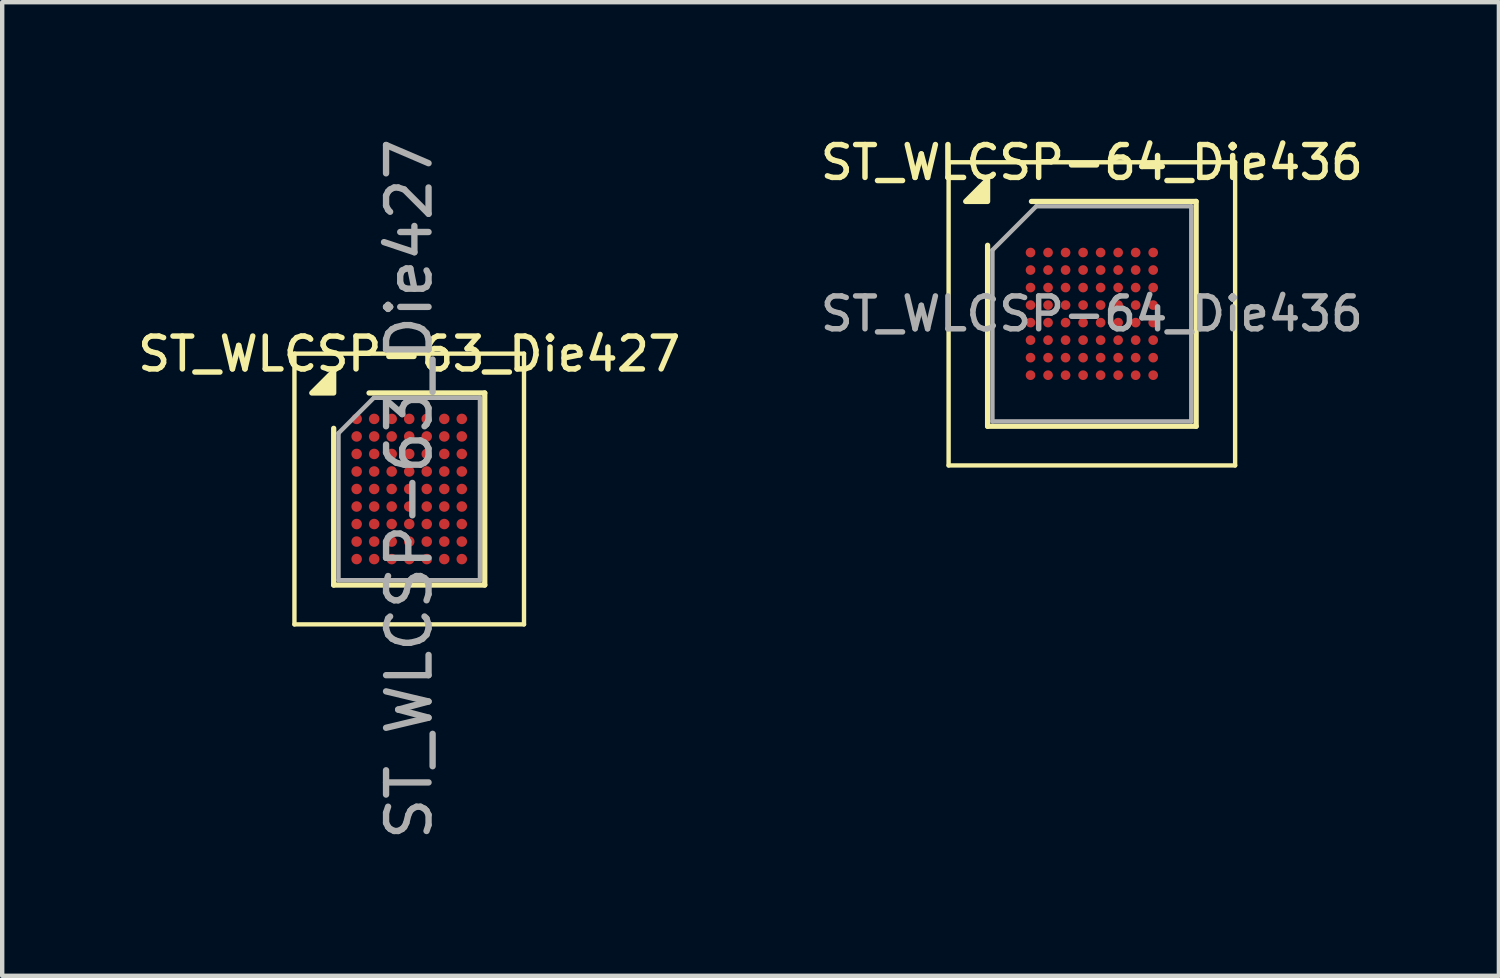
<source format=kicad_pcb>
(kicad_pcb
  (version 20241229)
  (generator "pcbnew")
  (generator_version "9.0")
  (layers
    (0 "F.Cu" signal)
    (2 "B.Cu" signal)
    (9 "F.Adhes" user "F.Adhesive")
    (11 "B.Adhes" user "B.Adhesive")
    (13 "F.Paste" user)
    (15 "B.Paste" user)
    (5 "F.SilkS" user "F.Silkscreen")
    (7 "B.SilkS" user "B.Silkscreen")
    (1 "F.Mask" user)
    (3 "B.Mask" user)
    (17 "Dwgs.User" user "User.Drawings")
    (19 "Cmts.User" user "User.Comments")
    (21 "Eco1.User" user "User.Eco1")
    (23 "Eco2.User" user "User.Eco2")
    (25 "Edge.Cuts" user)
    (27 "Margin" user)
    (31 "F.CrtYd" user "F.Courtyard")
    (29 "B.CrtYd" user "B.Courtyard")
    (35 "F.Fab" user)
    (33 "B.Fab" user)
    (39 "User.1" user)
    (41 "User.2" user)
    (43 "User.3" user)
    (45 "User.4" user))
  (footprint "ST_WLCSP-63_Die427"
    (layer "F.Cu")
    (at 6.291 8.112)
    (property "Reference" "ST_WLCSP-63_Die427" (at 0 -3.082 0) (layer "F.SilkS") (effects (font (size 0.75 0.75) (thickness 0.125))))
    (attr smd)
    (fp_line (start -2.62 -3.09) (end -2.62 3.09) (stroke (width 0.1) (type solid)) (layer "F.SilkS"))
    (fp_line (start -2.62 3.09) (end 2.62 3.09) (stroke (width 0.1) (type solid)) (layer "F.SilkS"))
    (fp_line (start -1.724 2.192) (end -1.724 -1.385) (stroke (width 0.12) (type solid)) (layer "F.SilkS"))
    (fp_line (start -0.917 -2.192) (end 1.724 -2.192) (stroke (width 0.12) (type solid)) (layer "F.SilkS"))
    (fp_line (start 1.724 -2.192) (end 1.724 2.192) (stroke (width 0.12) (type solid)) (layer "F.SilkS"))
    (fp_line (start 1.724 2.192) (end -1.724 2.192) (stroke (width 0.12) (type solid)) (layer "F.SilkS"))
    (fp_line (start 2.62 -3.09) (end -2.62 -3.09) (stroke (width 0.1) (type solid)) (layer "F.SilkS"))
    (fp_line (start 2.62 3.09) (end 2.62 -3.09) (stroke (width 0.1) (type solid)) (layer "F.SilkS"))
    (fp_poly (pts (xy -1.724 -2.192) (xy -2.224 -2.192) (xy -1.724 -2.692) (xy -1.724 -2.192)) (stroke (width 0.12) (type solid)) (fill yes) (layer "F.SilkS"))
    (fp_line (start -1.614 -1.275) (end -0.807 -2.082) (stroke (width 0.1) (type solid)) (layer "F.Fab"))
    (fp_line (start -1.614 2.082) (end -1.614 -1.275) (stroke (width 0.1) (type solid)) (layer "F.Fab"))
    (fp_line (start -0.807 -2.082) (end 1.614 -2.082) (stroke (width 0.1) (type solid)) (layer "F.Fab"))
    (fp_line (start 1.614 -2.082) (end 1.614 2.082) (stroke (width 0.1) (type solid)) (layer "F.Fab"))
    (fp_line (start 1.614 2.082) (end -1.614 2.082) (stroke (width 0.1) (type solid)) (layer "F.Fab"))
    (fp_text user "${REFERENCE}" (at 0 0 270) (layer "F.Fab") (effects (font (size 0.97 0.97) (thickness 0.145))))
    (pad "A1" smd circle (at -1.2 -1.6) (size 0.24 0.24) (property pad_prop_bga) (layers "F.Cu" "F.Mask" "F.Paste"))
    (pad "A2" smd circle (at -0.8 -1.6) (size 0.24 0.24) (property pad_prop_bga) (layers "F.Cu" "F.Mask" "F.Paste"))
    (pad "A3" smd circle (at -0.4 -1.6) (size 0.24 0.24) (property pad_prop_bga) (layers "F.Cu" "F.Mask" "F.Paste"))
    (pad "A4" smd circle (at 0 -1.6) (size 0.24 0.24) (property pad_prop_bga) (layers "F.Cu" "F.Mask" "F.Paste"))
    (pad "A5" smd circle (at 0.4 -1.6) (size 0.24 0.24) (property pad_prop_bga) (layers "F.Cu" "F.Mask" "F.Paste"))
    (pad "A6" smd circle (at 0.8 -1.6) (size 0.24 0.24) (property pad_prop_bga) (layers "F.Cu" "F.Mask" "F.Paste"))
    (pad "A7" smd circle (at 1.2 -1.6) (size 0.24 0.24) (property pad_prop_bga) (layers "F.Cu" "F.Mask" "F.Paste"))
    (pad "B1" smd circle (at -1.2 -1.2) (size 0.24 0.24) (property pad_prop_bga) (layers "F.Cu" "F.Mask" "F.Paste"))
    (pad "B2" smd circle (at -0.8 -1.2) (size 0.24 0.24) (property pad_prop_bga) (layers "F.Cu" "F.Mask" "F.Paste"))
    (pad "B3" smd circle (at -0.4 -1.2) (size 0.24 0.24) (property pad_prop_bga) (layers "F.Cu" "F.Mask" "F.Paste"))
    (pad "B4" smd circle (at 0 -1.2) (size 0.24 0.24) (property pad_prop_bga) (layers "F.Cu" "F.Mask" "F.Paste"))
    (pad "B5" smd circle (at 0.4 -1.2) (size 0.24 0.24) (property pad_prop_bga) (layers "F.Cu" "F.Mask" "F.Paste"))
    (pad "B6" smd circle (at 0.8 -1.2) (size 0.24 0.24) (property pad_prop_bga) (layers "F.Cu" "F.Mask" "F.Paste"))
    (pad "B7" smd circle (at 1.2 -1.2) (size 0.24 0.24) (property pad_prop_bga) (layers "F.Cu" "F.Mask" "F.Paste"))
    (pad "C1" smd circle (at -1.2 -0.8) (size 0.24 0.24) (property pad_prop_bga) (layers "F.Cu" "F.Mask" "F.Paste"))
    (pad "C2" smd circle (at -0.8 -0.8) (size 0.24 0.24) (property pad_prop_bga) (layers "F.Cu" "F.Mask" "F.Paste"))
    (pad "C3" smd circle (at -0.4 -0.8) (size 0.24 0.24) (property pad_prop_bga) (layers "F.Cu" "F.Mask" "F.Paste"))
    (pad "C4" smd circle (at 0 -0.8) (size 0.24 0.24) (property pad_prop_bga) (layers "F.Cu" "F.Mask" "F.Paste"))
    (pad "C5" smd circle (at 0.4 -0.8) (size 0.24 0.24) (property pad_prop_bga) (layers "F.Cu" "F.Mask" "F.Paste"))
    (pad "C6" smd circle (at 0.8 -0.8) (size 0.24 0.24) (property pad_prop_bga) (layers "F.Cu" "F.Mask" "F.Paste"))
    (pad "C7" smd circle (at 1.2 -0.8) (size 0.24 0.24) (property pad_prop_bga) (layers "F.Cu" "F.Mask" "F.Paste"))
    (pad "D1" smd circle (at -1.2 -0.4) (size 0.24 0.24) (property pad_prop_bga) (layers "F.Cu" "F.Mask" "F.Paste"))
    (pad "D2" smd circle (at -0.8 -0.4) (size 0.24 0.24) (property pad_prop_bga) (layers "F.Cu" "F.Mask" "F.Paste"))
    (pad "D3" smd circle (at -0.4 -0.4) (size 0.24 0.24) (property pad_prop_bga) (layers "F.Cu" "F.Mask" "F.Paste"))
    (pad "D4" smd circle (at 0 -0.4) (size 0.24 0.24) (property pad_prop_bga) (layers "F.Cu" "F.Mask" "F.Paste"))
    (pad "D5" smd circle (at 0.4 -0.4) (size 0.24 0.24) (property pad_prop_bga) (layers "F.Cu" "F.Mask" "F.Paste"))
    (pad "D6" smd circle (at 0.8 -0.4) (size 0.24 0.24) (property pad_prop_bga) (layers "F.Cu" "F.Mask" "F.Paste"))
    (pad "D7" smd circle (at 1.2 -0.4) (size 0.24 0.24) (property pad_prop_bga) (layers "F.Cu" "F.Mask" "F.Paste"))
    (pad "E1" smd circle (at -1.2 0) (size 0.24 0.24) (property pad_prop_bga) (layers "F.Cu" "F.Mask" "F.Paste"))
    (pad "E2" smd circle (at -0.8 0) (size 0.24 0.24) (property pad_prop_bga) (layers "F.Cu" "F.Mask" "F.Paste"))
    (pad "E3" smd circle (at -0.4 0) (size 0.24 0.24) (property pad_prop_bga) (layers "F.Cu" "F.Mask" "F.Paste"))
    (pad "E4" smd circle (at 0 0) (size 0.24 0.24) (property pad_prop_bga) (layers "F.Cu" "F.Mask" "F.Paste"))
    (pad "E5" smd circle (at 0.4 0) (size 0.24 0.24) (property pad_prop_bga) (layers "F.Cu" "F.Mask" "F.Paste"))
    (pad "E6" smd circle (at 0.8 0) (size 0.24 0.24) (property pad_prop_bga) (layers "F.Cu" "F.Mask" "F.Paste"))
    (pad "E7" smd circle (at 1.2 0) (size 0.24 0.24) (property pad_prop_bga) (layers "F.Cu" "F.Mask" "F.Paste"))
    (pad "F1" smd circle (at -1.2 0.4) (size 0.24 0.24) (property pad_prop_bga) (layers "F.Cu" "F.Mask" "F.Paste"))
    (pad "F2" smd circle (at -0.8 0.4) (size 0.24 0.24) (property pad_prop_bga) (layers "F.Cu" "F.Mask" "F.Paste"))
    (pad "F3" smd circle (at -0.4 0.4) (size 0.24 0.24) (property pad_prop_bga) (layers "F.Cu" "F.Mask" "F.Paste"))
    (pad "F4" smd circle (at 0 0.4) (size 0.24 0.24) (property pad_prop_bga) (layers "F.Cu" "F.Mask" "F.Paste"))
    (pad "F5" smd circle (at 0.4 0.4) (size 0.24 0.24) (property pad_prop_bga) (layers "F.Cu" "F.Mask" "F.Paste"))
    (pad "F6" smd circle (at 0.8 0.4) (size 0.24 0.24) (property pad_prop_bga) (layers "F.Cu" "F.Mask" "F.Paste"))
    (pad "F7" smd circle (at 1.2 0.4) (size 0.24 0.24) (property pad_prop_bga) (layers "F.Cu" "F.Mask" "F.Paste"))
    (pad "G1" smd circle (at -1.2 0.8) (size 0.24 0.24) (property pad_prop_bga) (layers "F.Cu" "F.Mask" "F.Paste"))
    (pad "G2" smd circle (at -0.8 0.8) (size 0.24 0.24) (property pad_prop_bga) (layers "F.Cu" "F.Mask" "F.Paste"))
    (pad "G3" smd circle (at -0.4 0.8) (size 0.24 0.24) (property pad_prop_bga) (layers "F.Cu" "F.Mask" "F.Paste"))
    (pad "G4" smd circle (at 0 0.8) (size 0.24 0.24) (property pad_prop_bga) (layers "F.Cu" "F.Mask" "F.Paste"))
    (pad "G5" smd circle (at 0.4 0.8) (size 0.24 0.24) (property pad_prop_bga) (layers "F.Cu" "F.Mask" "F.Paste"))
    (pad "G6" smd circle (at 0.8 0.8) (size 0.24 0.24) (property pad_prop_bga) (layers "F.Cu" "F.Mask" "F.Paste"))
    (pad "G7" smd circle (at 1.2 0.8) (size 0.24 0.24) (property pad_prop_bga) (layers "F.Cu" "F.Mask" "F.Paste"))
    (pad "H1" smd circle (at -1.2 1.2) (size 0.24 0.24) (property pad_prop_bga) (layers "F.Cu" "F.Mask" "F.Paste"))
    (pad "H2" smd circle (at -0.8 1.2) (size 0.24 0.24) (property pad_prop_bga) (layers "F.Cu" "F.Mask" "F.Paste"))
    (pad "H3" smd circle (at -0.4 1.2) (size 0.24 0.24) (property pad_prop_bga) (layers "F.Cu" "F.Mask" "F.Paste"))
    (pad "H4" smd circle (at 0 1.2) (size 0.24 0.24) (property pad_prop_bga) (layers "F.Cu" "F.Mask" "F.Paste"))
    (pad "H5" smd circle (at 0.4 1.2) (size 0.24 0.24) (property pad_prop_bga) (layers "F.Cu" "F.Mask" "F.Paste"))
    (pad "H6" smd circle (at 0.8 1.2) (size 0.24 0.24) (property pad_prop_bga) (layers "F.Cu" "F.Mask" "F.Paste"))
    (pad "H7" smd circle (at 1.2 1.2) (size 0.24 0.24) (property pad_prop_bga) (layers "F.Cu" "F.Mask" "F.Paste"))
    (pad "J1" smd circle (at -1.2 1.6) (size 0.24 0.24) (property pad_prop_bga) (layers "F.Cu" "F.Mask" "F.Paste"))
    (pad "J2" smd circle (at -0.8 1.6) (size 0.24 0.24) (property pad_prop_bga) (layers "F.Cu" "F.Mask" "F.Paste"))
    (pad "J3" smd circle (at -0.4 1.6) (size 0.24 0.24) (property pad_prop_bga) (layers "F.Cu" "F.Mask" "F.Paste"))
    (pad "J4" smd circle (at 0 1.6) (size 0.24 0.24) (property pad_prop_bga) (layers "F.Cu" "F.Mask" "F.Paste"))
    (pad "J5" smd circle (at 0.4 1.6) (size 0.24 0.24) (property pad_prop_bga) (layers "F.Cu" "F.Mask" "F.Paste"))
    (pad "J6" smd circle (at 0.8 1.6) (size 0.24 0.24) (property pad_prop_bga) (layers "F.Cu" "F.Mask" "F.Paste"))
    (pad "J7" smd circle (at 1.2 1.6) (size 0.24 0.24) (property pad_prop_bga) (layers "F.Cu" "F.Mask" "F.Paste")))
  (footprint "ST_WLCSP-64_Die436"
    (layer "F.Cu")
    (at 21.873 4.114)
    (property "Reference" "ST_WLCSP-64_Die436" (at 0 -3.455 0) (layer "F.SilkS") (effects (font (size 0.75 0.75) (thickness 0.125))))
    (attr smd)
    (fp_line (start -3.27 -3.46) (end -3.27 3.46) (stroke (width 0.1) (type solid)) (layer "F.SilkS"))
    (fp_line (start -3.27 3.46) (end 3.27 3.46) (stroke (width 0.1) (type solid)) (layer "F.SilkS"))
    (fp_line (start -2.38 2.566) (end -2.38 -1.565) (stroke (width 0.12) (type solid)) (layer "F.SilkS"))
    (fp_line (start -1.379 -2.566) (end 2.38 -2.566) (stroke (width 0.12) (type solid)) (layer "F.SilkS"))
    (fp_line (start 2.38 -2.566) (end 2.38 2.566) (stroke (width 0.12) (type solid)) (layer "F.SilkS"))
    (fp_line (start 2.38 2.566) (end -2.38 2.566) (stroke (width 0.12) (type solid)) (layer "F.SilkS"))
    (fp_line (start 3.27 -3.46) (end -3.27 -3.46) (stroke (width 0.1) (type solid)) (layer "F.SilkS"))
    (fp_line (start 3.27 3.46) (end 3.27 -3.46) (stroke (width 0.1) (type solid)) (layer "F.SilkS"))
    (fp_poly (pts (xy -2.38 -2.566) (xy -2.88 -2.566) (xy -2.38 -3.066) (xy -2.38 -2.566)) (stroke (width 0.12) (type solid)) (fill yes) (layer "F.SilkS"))
    (fp_line (start -2.269 -1.456) (end -1.27 -2.455) (stroke (width 0.1) (type solid)) (layer "F.Fab"))
    (fp_line (start -2.269 2.455) (end -2.269 -1.456) (stroke (width 0.1) (type solid)) (layer "F.Fab"))
    (fp_line (start -1.27 -2.455) (end 2.269 -2.455) (stroke (width 0.1) (type solid)) (layer "F.Fab"))
    (fp_line (start 2.269 -2.455) (end 2.269 2.455) (stroke (width 0.1) (type solid)) (layer "F.Fab"))
    (fp_line (start 2.269 2.455) (end -2.269 2.455) (stroke (width 0.1) (type solid)) (layer "F.Fab"))
    (fp_text user "${REFERENCE}" (at 0 0 0) (layer "F.Fab") (effects (font (size 0.75 0.75) (thickness 0.125))))
    (pad "A1" smd circle (at -1.4 -1.4) (size 0.22 0.22) (property pad_prop_bga) (layers "F.Cu" "F.Mask" "F.Paste"))
    (pad "A2" smd circle (at -1 -1.4) (size 0.22 0.22) (property pad_prop_bga) (layers "F.Cu" "F.Mask" "F.Paste"))
    (pad "A3" smd circle (at -0.6 -1.4) (size 0.22 0.22) (property pad_prop_bga) (layers "F.Cu" "F.Mask" "F.Paste"))
    (pad "A4" smd circle (at -0.2 -1.4) (size 0.22 0.22) (property pad_prop_bga) (layers "F.Cu" "F.Mask" "F.Paste"))
    (pad "A5" smd circle (at 0.2 -1.4) (size 0.22 0.22) (property pad_prop_bga) (layers "F.Cu" "F.Mask" "F.Paste"))
    (pad "A6" smd circle (at 0.6 -1.4) (size 0.22 0.22) (property pad_prop_bga) (layers "F.Cu" "F.Mask" "F.Paste"))
    (pad "A7" smd circle (at 1 -1.4) (size 0.22 0.22) (property pad_prop_bga) (layers "F.Cu" "F.Mask" "F.Paste"))
    (pad "A8" smd circle (at 1.4 -1.4) (size 0.22 0.22) (property pad_prop_bga) (layers "F.Cu" "F.Mask" "F.Paste"))
    (pad "B1" smd circle (at -1.4 -1) (size 0.22 0.22) (property pad_prop_bga) (layers "F.Cu" "F.Mask" "F.Paste"))
    (pad "B2" smd circle (at -1 -1) (size 0.22 0.22) (property pad_prop_bga) (layers "F.Cu" "F.Mask" "F.Paste"))
    (pad "B3" smd circle (at -0.6 -1) (size 0.22 0.22) (property pad_prop_bga) (layers "F.Cu" "F.Mask" "F.Paste"))
    (pad "B4" smd circle (at -0.2 -1) (size 0.22 0.22) (property pad_prop_bga) (layers "F.Cu" "F.Mask" "F.Paste"))
    (pad "B5" smd circle (at 0.2 -1) (size 0.22 0.22) (property pad_prop_bga) (layers "F.Cu" "F.Mask" "F.Paste"))
    (pad "B6" smd circle (at 0.6 -1) (size 0.22 0.22) (property pad_prop_bga) (layers "F.Cu" "F.Mask" "F.Paste"))
    (pad "B7" smd circle (at 1 -1) (size 0.22 0.22) (property pad_prop_bga) (layers "F.Cu" "F.Mask" "F.Paste"))
    (pad "B8" smd circle (at 1.4 -1) (size 0.22 0.22) (property pad_prop_bga) (layers "F.Cu" "F.Mask" "F.Paste"))
    (pad "C1" smd circle (at -1.4 -0.6) (size 0.22 0.22) (property pad_prop_bga) (layers "F.Cu" "F.Mask" "F.Paste"))
    (pad "C2" smd circle (at -1 -0.6) (size 0.22 0.22) (property pad_prop_bga) (layers "F.Cu" "F.Mask" "F.Paste"))
    (pad "C3" smd circle (at -0.6 -0.6) (size 0.22 0.22) (property pad_prop_bga) (layers "F.Cu" "F.Mask" "F.Paste"))
    (pad "C4" smd circle (at -0.2 -0.6) (size 0.22 0.22) (property pad_prop_bga) (layers "F.Cu" "F.Mask" "F.Paste"))
    (pad "C5" smd circle (at 0.2 -0.6) (size 0.22 0.22) (property pad_prop_bga) (layers "F.Cu" "F.Mask" "F.Paste"))
    (pad "C6" smd circle (at 0.6 -0.6) (size 0.22 0.22) (property pad_prop_bga) (layers "F.Cu" "F.Mask" "F.Paste"))
    (pad "C7" smd circle (at 1 -0.6) (size 0.22 0.22) (property pad_prop_bga) (layers "F.Cu" "F.Mask" "F.Paste"))
    (pad "C8" smd circle (at 1.4 -0.6) (size 0.22 0.22) (property pad_prop_bga) (layers "F.Cu" "F.Mask" "F.Paste"))
    (pad "D1" smd circle (at -1.4 -0.2) (size 0.22 0.22) (property pad_prop_bga) (layers "F.Cu" "F.Mask" "F.Paste"))
    (pad "D2" smd circle (at -1 -0.2) (size 0.22 0.22) (property pad_prop_bga) (layers "F.Cu" "F.Mask" "F.Paste"))
    (pad "D3" smd circle (at -0.6 -0.2) (size 0.22 0.22) (property pad_prop_bga) (layers "F.Cu" "F.Mask" "F.Paste"))
    (pad "D4" smd circle (at -0.2 -0.2) (size 0.22 0.22) (property pad_prop_bga) (layers "F.Cu" "F.Mask" "F.Paste"))
    (pad "D5" smd circle (at 0.2 -0.2) (size 0.22 0.22) (property pad_prop_bga) (layers "F.Cu" "F.Mask" "F.Paste"))
    (pad "D6" smd circle (at 0.6 -0.2) (size 0.22 0.22) (property pad_prop_bga) (layers "F.Cu" "F.Mask" "F.Paste"))
    (pad "D7" smd circle (at 1 -0.2) (size 0.22 0.22) (property pad_prop_bga) (layers "F.Cu" "F.Mask" "F.Paste"))
    (pad "D8" smd circle (at 1.4 -0.2) (size 0.22 0.22) (property pad_prop_bga) (layers "F.Cu" "F.Mask" "F.Paste"))
    (pad "E1" smd circle (at -1.4 0.2) (size 0.22 0.22) (property pad_prop_bga) (layers "F.Cu" "F.Mask" "F.Paste"))
    (pad "E2" smd circle (at -1 0.2) (size 0.22 0.22) (property pad_prop_bga) (layers "F.Cu" "F.Mask" "F.Paste"))
    (pad "E3" smd circle (at -0.6 0.2) (size 0.22 0.22) (property pad_prop_bga) (layers "F.Cu" "F.Mask" "F.Paste"))
    (pad "E4" smd circle (at -0.2 0.2) (size 0.22 0.22) (property pad_prop_bga) (layers "F.Cu" "F.Mask" "F.Paste"))
    (pad "E5" smd circle (at 0.2 0.2) (size 0.22 0.22) (property pad_prop_bga) (layers "F.Cu" "F.Mask" "F.Paste"))
    (pad "E6" smd circle (at 0.6 0.2) (size 0.22 0.22) (property pad_prop_bga) (layers "F.Cu" "F.Mask" "F.Paste"))
    (pad "E7" smd circle (at 1 0.2) (size 0.22 0.22) (property pad_prop_bga) (layers "F.Cu" "F.Mask" "F.Paste"))
    (pad "E8" smd circle (at 1.4 0.2) (size 0.22 0.22) (property pad_prop_bga) (layers "F.Cu" "F.Mask" "F.Paste"))
    (pad "F1" smd circle (at -1.4 0.6) (size 0.22 0.22) (property pad_prop_bga) (layers "F.Cu" "F.Mask" "F.Paste"))
    (pad "F2" smd circle (at -1 0.6) (size 0.22 0.22) (property pad_prop_bga) (layers "F.Cu" "F.Mask" "F.Paste"))
    (pad "F3" smd circle (at -0.6 0.6) (size 0.22 0.22) (property pad_prop_bga) (layers "F.Cu" "F.Mask" "F.Paste"))
    (pad "F4" smd circle (at -0.2 0.6) (size 0.22 0.22) (property pad_prop_bga) (layers "F.Cu" "F.Mask" "F.Paste"))
    (pad "F5" smd circle (at 0.2 0.6) (size 0.22 0.22) (property pad_prop_bga) (layers "F.Cu" "F.Mask" "F.Paste"))
    (pad "F6" smd circle (at 0.6 0.6) (size 0.22 0.22) (property pad_prop_bga) (layers "F.Cu" "F.Mask" "F.Paste"))
    (pad "F7" smd circle (at 1 0.6) (size 0.22 0.22) (property pad_prop_bga) (layers "F.Cu" "F.Mask" "F.Paste"))
    (pad "F8" smd circle (at 1.4 0.6) (size 0.22 0.22) (property pad_prop_bga) (layers "F.Cu" "F.Mask" "F.Paste"))
    (pad "G1" smd circle (at -1.4 1) (size 0.22 0.22) (property pad_prop_bga) (layers "F.Cu" "F.Mask" "F.Paste"))
    (pad "G2" smd circle (at -1 1) (size 0.22 0.22) (property pad_prop_bga) (layers "F.Cu" "F.Mask" "F.Paste"))
    (pad "G3" smd circle (at -0.6 1) (size 0.22 0.22) (property pad_prop_bga) (layers "F.Cu" "F.Mask" "F.Paste"))
    (pad "G4" smd circle (at -0.2 1) (size 0.22 0.22) (property pad_prop_bga) (layers "F.Cu" "F.Mask" "F.Paste"))
    (pad "G5" smd circle (at 0.2 1) (size 0.22 0.22) (property pad_prop_bga) (layers "F.Cu" "F.Mask" "F.Paste"))
    (pad "G6" smd circle (at 0.6 1) (size 0.22 0.22) (property pad_prop_bga) (layers "F.Cu" "F.Mask" "F.Paste"))
    (pad "G7" smd circle (at 1 1) (size 0.22 0.22) (property pad_prop_bga) (layers "F.Cu" "F.Mask" "F.Paste"))
    (pad "G8" smd circle (at 1.4 1) (size 0.22 0.22) (property pad_prop_bga) (layers "F.Cu" "F.Mask" "F.Paste"))
    (pad "H1" smd circle (at -1.4 1.4) (size 0.22 0.22) (property pad_prop_bga) (layers "F.Cu" "F.Mask" "F.Paste"))
    (pad "H2" smd circle (at -1 1.4) (size 0.22 0.22) (property pad_prop_bga) (layers "F.Cu" "F.Mask" "F.Paste"))
    (pad "H3" smd circle (at -0.6 1.4) (size 0.22 0.22) (property pad_prop_bga) (layers "F.Cu" "F.Mask" "F.Paste"))
    (pad "H4" smd circle (at -0.2 1.4) (size 0.22 0.22) (property pad_prop_bga) (layers "F.Cu" "F.Mask" "F.Paste"))
    (pad "H5" smd circle (at 0.2 1.4) (size 0.22 0.22) (property pad_prop_bga) (layers "F.Cu" "F.Mask" "F.Paste"))
    (pad "H6" smd circle (at 0.6 1.4) (size 0.22 0.22) (property pad_prop_bga) (layers "F.Cu" "F.Mask" "F.Paste"))
    (pad "H7" smd circle (at 1 1.4) (size 0.22 0.22) (property pad_prop_bga) (layers "F.Cu" "F.Mask" "F.Paste"))
    (pad "H8" smd circle (at 1.4 1.4) (size 0.22 0.22) (property pad_prop_bga) (layers "F.Cu" "F.Mask" "F.Paste")))
  (gr_rect
    (start -3 -3)
    (end 31.164 19.224)
    (stroke (width 0.1) (type default))
    (fill no)
    (layer "Edge.Cuts")))
</source>
